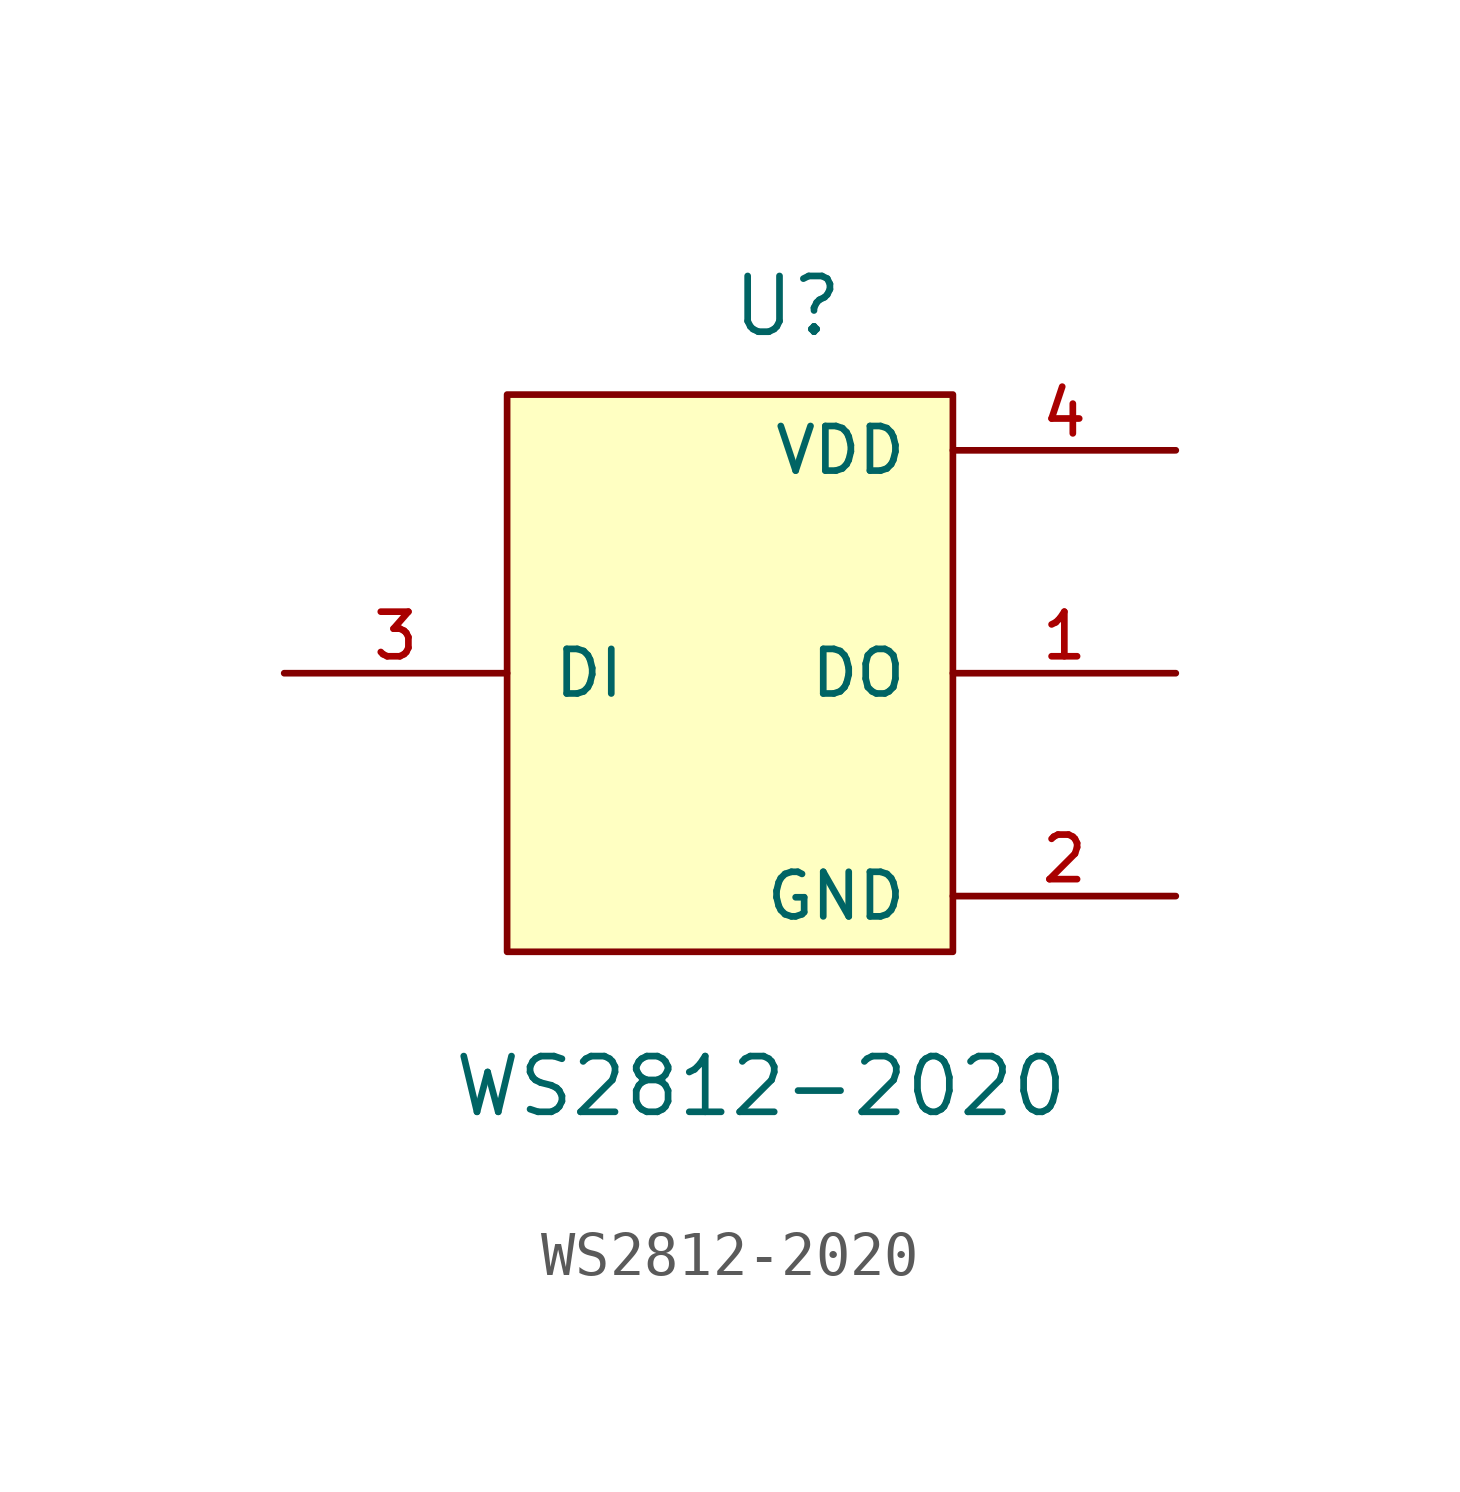
<source format=kicad_sym>
(kicad_symbol_lib
  (version 20211014)
  (generator kicad_symbol_editor)
  (symbol "WS2812-2020"
    (pin_names
      (offset 1.016))
    (property "Reference" "U"
      (at 0 7.62 0)
      (effects (font (size 1.27 1.27)) (justify left bottom)))
    (property "Value" "WS2812-2020"
      (at -6.35 -10.16 0)
      (effects (font (size 1.27 1.27)) (justify left bottom)))
    (property "ki_locked" ""
      (at 0 0 0)
      (effects (font (size 1.27 1.27))))
    (symbol "WS2812-2020_0_0"
      (pin output line (at 10.16 0 180) (length 5.08) (name "DO" (effects (font (size 1.016 1.016)))) (number "1" (effects (font (size 1.016 1.016)))))
      (pin power_in line (at 10.16 -5.08 180) (length 5.08) (name "GND" (effects (font (size 1.016 1.016)))) (number "2" (effects (font (size 1.016 1.016)))))
      (pin input line (at -10.16 0 0) (length 5.08) (name "DI" (effects (font (size 1.016 1.016)))) (number "3" (effects (font (size 1.016 1.016)))))
      (pin power_in line (at 10.16 5.08 180) (length 5.08) (name "VDD" (effects (font (size 1.016 1.016)))) (number "4" (effects (font (size 1.016 1.016))))))
    (symbol "WS2812-2020_0_1"
      (rectangle (start -5.08 6.35) (end 5.08 -6.35) (stroke (width 0.152) (type default) (color 0 0 0 0)) (fill (type background))))))
</source>
